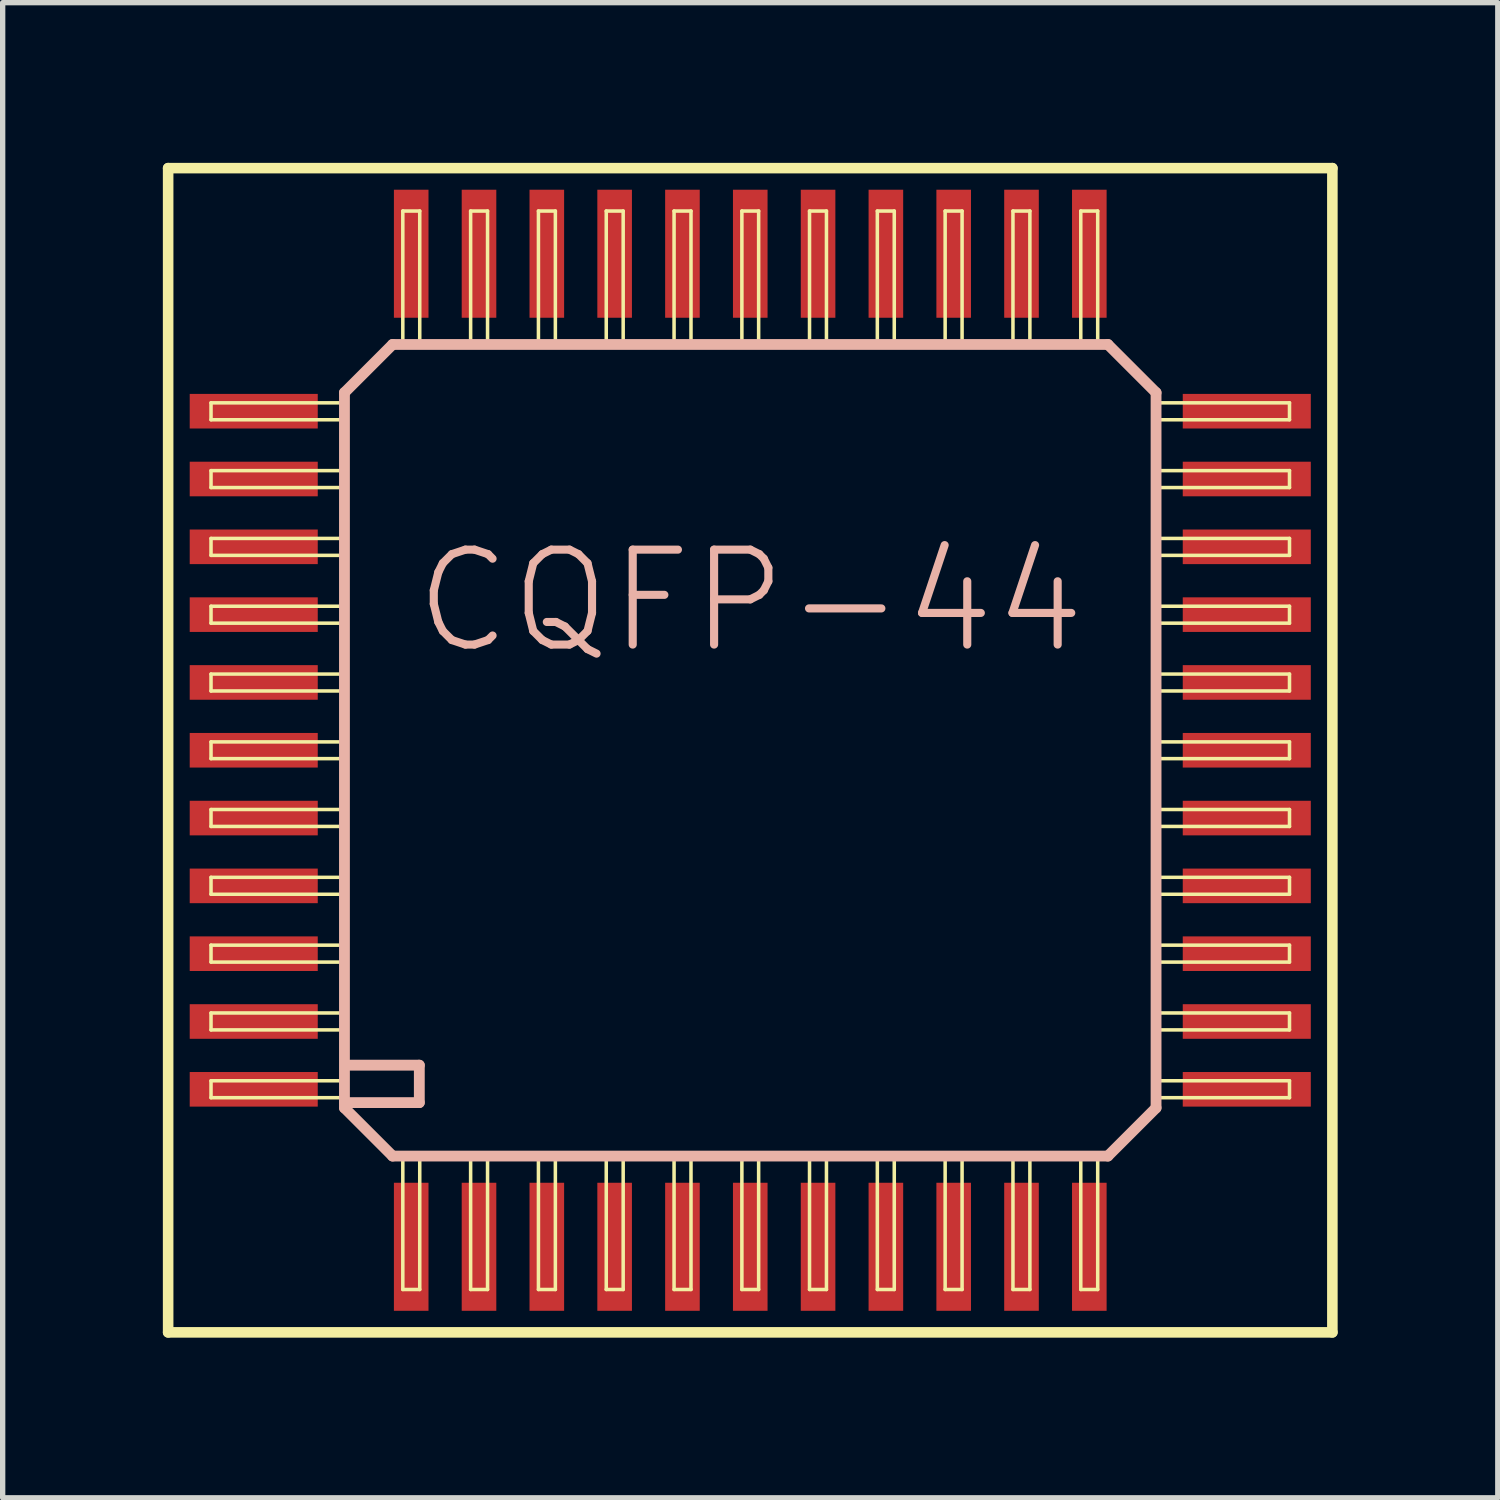
<source format=kicad_pcb>
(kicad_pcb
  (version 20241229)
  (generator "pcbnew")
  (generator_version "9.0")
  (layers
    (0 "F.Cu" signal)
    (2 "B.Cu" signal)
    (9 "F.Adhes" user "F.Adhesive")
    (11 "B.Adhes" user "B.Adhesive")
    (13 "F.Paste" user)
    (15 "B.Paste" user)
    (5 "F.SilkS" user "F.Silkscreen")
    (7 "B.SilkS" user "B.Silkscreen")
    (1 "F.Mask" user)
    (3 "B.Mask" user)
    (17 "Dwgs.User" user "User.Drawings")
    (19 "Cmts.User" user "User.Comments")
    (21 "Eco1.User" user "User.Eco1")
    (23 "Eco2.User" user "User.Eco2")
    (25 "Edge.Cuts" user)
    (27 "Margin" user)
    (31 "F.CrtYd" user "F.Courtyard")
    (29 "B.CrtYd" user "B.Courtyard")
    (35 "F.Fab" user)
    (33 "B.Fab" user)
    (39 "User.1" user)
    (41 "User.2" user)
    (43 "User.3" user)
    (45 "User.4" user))
  (footprint "CQFP-44"
    (layer "F.Cu")
    (at 11.001 11.001)
    (property "Reference" "CQFP-44" (at 0 -2.794 0) (layer "B.SilkS") (effects (font (size 1.778 1.778) (thickness 0.152))))
    (attr smd)
    (fp_line (start -10.902 -10.902) (end 10.902 -10.902) (stroke (width 0.198) (type solid)) (layer "F.SilkS"))
    (fp_line (start -10.902 10.902) (end -10.902 -10.902) (stroke (width 0.198) (type solid)) (layer "F.SilkS"))
    (fp_line (start -10.099 -6.507) (end -7.6 -6.507) (stroke (width 0.066) (type solid)) (layer "F.SilkS"))
    (fp_line (start -10.099 -6.19) (end -10.099 -6.507) (stroke (width 0.066) (type solid)) (layer "F.SilkS"))
    (fp_line (start -10.099 -6.19) (end -7.6 -6.19) (stroke (width 0.066) (type solid)) (layer "F.SilkS"))
    (fp_line (start -10.099 -5.237) (end -7.6 -5.237) (stroke (width 0.066) (type solid)) (layer "F.SilkS"))
    (fp_line (start -10.099 -4.92) (end -10.099 -5.237) (stroke (width 0.066) (type solid)) (layer "F.SilkS"))
    (fp_line (start -10.099 -4.92) (end -7.6 -4.92) (stroke (width 0.066) (type solid)) (layer "F.SilkS"))
    (fp_line (start -10.099 -3.967) (end -7.6 -3.967) (stroke (width 0.066) (type solid)) (layer "F.SilkS"))
    (fp_line (start -10.099 -3.65) (end -10.099 -3.967) (stroke (width 0.066) (type solid)) (layer "F.SilkS"))
    (fp_line (start -10.099 -3.65) (end -7.6 -3.65) (stroke (width 0.066) (type solid)) (layer "F.SilkS"))
    (fp_line (start -10.099 -2.697) (end -7.6 -2.697) (stroke (width 0.066) (type solid)) (layer "F.SilkS"))
    (fp_line (start -10.099 -2.38) (end -10.099 -2.697) (stroke (width 0.066) (type solid)) (layer "F.SilkS"))
    (fp_line (start -10.099 -2.38) (end -7.6 -2.38) (stroke (width 0.066) (type solid)) (layer "F.SilkS"))
    (fp_line (start -10.099 -1.427) (end -7.6 -1.427) (stroke (width 0.066) (type solid)) (layer "F.SilkS"))
    (fp_line (start -10.099 -1.11) (end -10.099 -1.427) (stroke (width 0.066) (type solid)) (layer "F.SilkS"))
    (fp_line (start -10.099 -1.11) (end -7.6 -1.11) (stroke (width 0.066) (type solid)) (layer "F.SilkS"))
    (fp_line (start -10.099 -0.157) (end -7.6 -0.157) (stroke (width 0.066) (type solid)) (layer "F.SilkS"))
    (fp_line (start -10.099 0.157) (end -10.099 -0.157) (stroke (width 0.066) (type solid)) (layer "F.SilkS"))
    (fp_line (start -10.099 0.157) (end -7.6 0.157) (stroke (width 0.066) (type solid)) (layer "F.SilkS"))
    (fp_line (start -10.099 1.11) (end -7.6 1.11) (stroke (width 0.066) (type solid)) (layer "F.SilkS"))
    (fp_line (start -10.099 1.427) (end -10.099 1.11) (stroke (width 0.066) (type solid)) (layer "F.SilkS"))
    (fp_line (start -10.099 1.427) (end -7.6 1.427) (stroke (width 0.066) (type solid)) (layer "F.SilkS"))
    (fp_line (start -10.099 2.38) (end -7.6 2.38) (stroke (width 0.066) (type solid)) (layer "F.SilkS"))
    (fp_line (start -10.099 2.697) (end -10.099 2.38) (stroke (width 0.066) (type solid)) (layer "F.SilkS"))
    (fp_line (start -10.099 2.697) (end -7.6 2.697) (stroke (width 0.066) (type solid)) (layer "F.SilkS"))
    (fp_line (start -10.099 3.65) (end -7.6 3.65) (stroke (width 0.066) (type solid)) (layer "F.SilkS"))
    (fp_line (start -10.099 3.967) (end -10.099 3.65) (stroke (width 0.066) (type solid)) (layer "F.SilkS"))
    (fp_line (start -10.099 3.967) (end -7.6 3.967) (stroke (width 0.066) (type solid)) (layer "F.SilkS"))
    (fp_line (start -10.099 4.92) (end -7.6 4.92) (stroke (width 0.066) (type solid)) (layer "F.SilkS"))
    (fp_line (start -10.099 5.237) (end -10.099 4.92) (stroke (width 0.066) (type solid)) (layer "F.SilkS"))
    (fp_line (start -10.099 5.237) (end -7.6 5.237) (stroke (width 0.066) (type solid)) (layer "F.SilkS"))
    (fp_line (start -10.099 6.19) (end -7.6 6.19) (stroke (width 0.066) (type solid)) (layer "F.SilkS"))
    (fp_line (start -10.099 6.507) (end -10.099 6.19) (stroke (width 0.066) (type solid)) (layer "F.SilkS"))
    (fp_line (start -10.099 6.507) (end -7.6 6.507) (stroke (width 0.066) (type solid)) (layer "F.SilkS"))
    (fp_line (start -7.6 -6.19) (end -7.6 -6.507) (stroke (width 0.066) (type solid)) (layer "F.SilkS"))
    (fp_line (start -7.6 -4.92) (end -7.6 -5.237) (stroke (width 0.066) (type solid)) (layer "F.SilkS"))
    (fp_line (start -7.6 -3.65) (end -7.6 -3.967) (stroke (width 0.066) (type solid)) (layer "F.SilkS"))
    (fp_line (start -7.6 -2.38) (end -7.6 -2.697) (stroke (width 0.066) (type solid)) (layer "F.SilkS"))
    (fp_line (start -7.6 -1.11) (end -7.6 -1.427) (stroke (width 0.066) (type solid)) (layer "F.SilkS"))
    (fp_line (start -7.6 0.157) (end -7.6 -0.157) (stroke (width 0.066) (type solid)) (layer "F.SilkS"))
    (fp_line (start -7.6 1.427) (end -7.6 1.11) (stroke (width 0.066) (type solid)) (layer "F.SilkS"))
    (fp_line (start -7.6 2.697) (end -7.6 2.38) (stroke (width 0.066) (type solid)) (layer "F.SilkS"))
    (fp_line (start -7.6 3.967) (end -7.6 3.65) (stroke (width 0.066) (type solid)) (layer "F.SilkS"))
    (fp_line (start -7.6 5.237) (end -7.6 4.92) (stroke (width 0.066) (type solid)) (layer "F.SilkS"))
    (fp_line (start -7.6 6.507) (end -7.6 6.19) (stroke (width 0.066) (type solid)) (layer "F.SilkS"))
    (fp_line (start -6.507 -10.099) (end -6.19 -10.099) (stroke (width 0.066) (type solid)) (layer "F.SilkS"))
    (fp_line (start -6.507 -7.6) (end -6.507 -10.099) (stroke (width 0.066) (type solid)) (layer "F.SilkS"))
    (fp_line (start -6.507 -7.6) (end -6.19 -7.6) (stroke (width 0.066) (type solid)) (layer "F.SilkS"))
    (fp_line (start -6.507 7.6) (end -6.19 7.6) (stroke (width 0.066) (type solid)) (layer "F.SilkS"))
    (fp_line (start -6.507 10.099) (end -6.507 7.6) (stroke (width 0.066) (type solid)) (layer "F.SilkS"))
    (fp_line (start -6.507 10.099) (end -6.19 10.099) (stroke (width 0.066) (type solid)) (layer "F.SilkS"))
    (fp_line (start -6.19 -7.6) (end -6.19 -10.099) (stroke (width 0.066) (type solid)) (layer "F.SilkS"))
    (fp_line (start -6.19 10.099) (end -6.19 7.6) (stroke (width 0.066) (type solid)) (layer "F.SilkS"))
    (fp_line (start -5.237 -10.099) (end -4.92 -10.099) (stroke (width 0.066) (type solid)) (layer "F.SilkS"))
    (fp_line (start -5.237 -7.6) (end -5.237 -10.099) (stroke (width 0.066) (type solid)) (layer "F.SilkS"))
    (fp_line (start -5.237 -7.6) (end -4.92 -7.6) (stroke (width 0.066) (type solid)) (layer "F.SilkS"))
    (fp_line (start -5.237 7.6) (end -4.92 7.6) (stroke (width 0.066) (type solid)) (layer "F.SilkS"))
    (fp_line (start -5.237 10.099) (end -5.237 7.6) (stroke (width 0.066) (type solid)) (layer "F.SilkS"))
    (fp_line (start -5.237 10.099) (end -4.92 10.099) (stroke (width 0.066) (type solid)) (layer "F.SilkS"))
    (fp_line (start -4.92 -7.6) (end -4.92 -10.099) (stroke (width 0.066) (type solid)) (layer "F.SilkS"))
    (fp_line (start -4.92 10.099) (end -4.92 7.6) (stroke (width 0.066) (type solid)) (layer "F.SilkS"))
    (fp_line (start -3.967 -10.099) (end -3.65 -10.099) (stroke (width 0.066) (type solid)) (layer "F.SilkS"))
    (fp_line (start -3.967 -7.6) (end -3.967 -10.099) (stroke (width 0.066) (type solid)) (layer "F.SilkS"))
    (fp_line (start -3.967 -7.6) (end -3.65 -7.6) (stroke (width 0.066) (type solid)) (layer "F.SilkS"))
    (fp_line (start -3.967 7.6) (end -3.65 7.6) (stroke (width 0.066) (type solid)) (layer "F.SilkS"))
    (fp_line (start -3.967 10.099) (end -3.967 7.6) (stroke (width 0.066) (type solid)) (layer "F.SilkS"))
    (fp_line (start -3.967 10.099) (end -3.65 10.099) (stroke (width 0.066) (type solid)) (layer "F.SilkS"))
    (fp_line (start -3.65 -7.6) (end -3.65 -10.099) (stroke (width 0.066) (type solid)) (layer "F.SilkS"))
    (fp_line (start -3.65 10.099) (end -3.65 7.6) (stroke (width 0.066) (type solid)) (layer "F.SilkS"))
    (fp_line (start -2.697 -10.099) (end -2.38 -10.099) (stroke (width 0.066) (type solid)) (layer "F.SilkS"))
    (fp_line (start -2.697 -7.6) (end -2.697 -10.099) (stroke (width 0.066) (type solid)) (layer "F.SilkS"))
    (fp_line (start -2.697 -7.6) (end -2.38 -7.6) (stroke (width 0.066) (type solid)) (layer "F.SilkS"))
    (fp_line (start -2.697 7.6) (end -2.38 7.6) (stroke (width 0.066) (type solid)) (layer "F.SilkS"))
    (fp_line (start -2.697 10.099) (end -2.697 7.6) (stroke (width 0.066) (type solid)) (layer "F.SilkS"))
    (fp_line (start -2.697 10.099) (end -2.38 10.099) (stroke (width 0.066) (type solid)) (layer "F.SilkS"))
    (fp_line (start -2.38 -7.6) (end -2.38 -10.099) (stroke (width 0.066) (type solid)) (layer "F.SilkS"))
    (fp_line (start -2.38 10.099) (end -2.38 7.6) (stroke (width 0.066) (type solid)) (layer "F.SilkS"))
    (fp_line (start -1.427 -10.099) (end -1.11 -10.099) (stroke (width 0.066) (type solid)) (layer "F.SilkS"))
    (fp_line (start -1.427 -7.6) (end -1.427 -10.099) (stroke (width 0.066) (type solid)) (layer "F.SilkS"))
    (fp_line (start -1.427 -7.6) (end -1.11 -7.6) (stroke (width 0.066) (type solid)) (layer "F.SilkS"))
    (fp_line (start -1.427 7.6) (end -1.11 7.6) (stroke (width 0.066) (type solid)) (layer "F.SilkS"))
    (fp_line (start -1.427 10.099) (end -1.427 7.6) (stroke (width 0.066) (type solid)) (layer "F.SilkS"))
    (fp_line (start -1.427 10.099) (end -1.11 10.099) (stroke (width 0.066) (type solid)) (layer "F.SilkS"))
    (fp_line (start -1.11 -7.6) (end -1.11 -10.099) (stroke (width 0.066) (type solid)) (layer "F.SilkS"))
    (fp_line (start -1.11 10.099) (end -1.11 7.6) (stroke (width 0.066) (type solid)) (layer "F.SilkS"))
    (fp_line (start -0.157 -10.099) (end 0.157 -10.099) (stroke (width 0.066) (type solid)) (layer "F.SilkS"))
    (fp_line (start -0.157 -7.6) (end -0.157 -10.099) (stroke (width 0.066) (type solid)) (layer "F.SilkS"))
    (fp_line (start -0.157 -7.6) (end 0.157 -7.6) (stroke (width 0.066) (type solid)) (layer "F.SilkS"))
    (fp_line (start -0.157 7.6) (end 0.157 7.6) (stroke (width 0.066) (type solid)) (layer "F.SilkS"))
    (fp_line (start -0.157 10.099) (end -0.157 7.6) (stroke (width 0.066) (type solid)) (layer "F.SilkS"))
    (fp_line (start -0.157 10.099) (end 0.157 10.099) (stroke (width 0.066) (type solid)) (layer "F.SilkS"))
    (fp_line (start 0.157 -7.6) (end 0.157 -10.099) (stroke (width 0.066) (type solid)) (layer "F.SilkS"))
    (fp_line (start 0.157 10.099) (end 0.157 7.6) (stroke (width 0.066) (type solid)) (layer "F.SilkS"))
    (fp_line (start 1.11 -10.099) (end 1.427 -10.099) (stroke (width 0.066) (type solid)) (layer "F.SilkS"))
    (fp_line (start 1.11 -7.6) (end 1.11 -10.099) (stroke (width 0.066) (type solid)) (layer "F.SilkS"))
    (fp_line (start 1.11 -7.6) (end 1.427 -7.6) (stroke (width 0.066) (type solid)) (layer "F.SilkS"))
    (fp_line (start 1.11 7.6) (end 1.427 7.6) (stroke (width 0.066) (type solid)) (layer "F.SilkS"))
    (fp_line (start 1.11 10.099) (end 1.11 7.6) (stroke (width 0.066) (type solid)) (layer "F.SilkS"))
    (fp_line (start 1.11 10.099) (end 1.427 10.099) (stroke (width 0.066) (type solid)) (layer "F.SilkS"))
    (fp_line (start 1.427 -7.6) (end 1.427 -10.099) (stroke (width 0.066) (type solid)) (layer "F.SilkS"))
    (fp_line (start 1.427 10.099) (end 1.427 7.6) (stroke (width 0.066) (type solid)) (layer "F.SilkS"))
    (fp_line (start 2.38 -10.099) (end 2.697 -10.099) (stroke (width 0.066) (type solid)) (layer "F.SilkS"))
    (fp_line (start 2.38 -7.6) (end 2.38 -10.099) (stroke (width 0.066) (type solid)) (layer "F.SilkS"))
    (fp_line (start 2.38 -7.6) (end 2.697 -7.6) (stroke (width 0.066) (type solid)) (layer "F.SilkS"))
    (fp_line (start 2.38 7.6) (end 2.697 7.6) (stroke (width 0.066) (type solid)) (layer "F.SilkS"))
    (fp_line (start 2.38 10.099) (end 2.38 7.6) (stroke (width 0.066) (type solid)) (layer "F.SilkS"))
    (fp_line (start 2.38 10.099) (end 2.697 10.099) (stroke (width 0.066) (type solid)) (layer "F.SilkS"))
    (fp_line (start 2.697 -7.6) (end 2.697 -10.099) (stroke (width 0.066) (type solid)) (layer "F.SilkS"))
    (fp_line (start 2.697 10.099) (end 2.697 7.6) (stroke (width 0.066) (type solid)) (layer "F.SilkS"))
    (fp_line (start 3.65 -10.099) (end 3.967 -10.099) (stroke (width 0.066) (type solid)) (layer "F.SilkS"))
    (fp_line (start 3.65 -7.6) (end 3.65 -10.099) (stroke (width 0.066) (type solid)) (layer "F.SilkS"))
    (fp_line (start 3.65 -7.6) (end 3.967 -7.6) (stroke (width 0.066) (type solid)) (layer "F.SilkS"))
    (fp_line (start 3.65 7.6) (end 3.967 7.6) (stroke (width 0.066) (type solid)) (layer "F.SilkS"))
    (fp_line (start 3.65 10.099) (end 3.65 7.6) (stroke (width 0.066) (type solid)) (layer "F.SilkS"))
    (fp_line (start 3.65 10.099) (end 3.967 10.099) (stroke (width 0.066) (type solid)) (layer "F.SilkS"))
    (fp_line (start 3.967 -7.6) (end 3.967 -10.099) (stroke (width 0.066) (type solid)) (layer "F.SilkS"))
    (fp_line (start 3.967 10.099) (end 3.967 7.6) (stroke (width 0.066) (type solid)) (layer "F.SilkS"))
    (fp_line (start 4.92 -10.099) (end 5.237 -10.099) (stroke (width 0.066) (type solid)) (layer "F.SilkS"))
    (fp_line (start 4.92 -7.6) (end 4.92 -10.099) (stroke (width 0.066) (type solid)) (layer "F.SilkS"))
    (fp_line (start 4.92 -7.6) (end 5.237 -7.6) (stroke (width 0.066) (type solid)) (layer "F.SilkS"))
    (fp_line (start 4.92 7.6) (end 5.237 7.6) (stroke (width 0.066) (type solid)) (layer "F.SilkS"))
    (fp_line (start 4.92 10.099) (end 4.92 7.6) (stroke (width 0.066) (type solid)) (layer "F.SilkS"))
    (fp_line (start 4.92 10.099) (end 5.237 10.099) (stroke (width 0.066) (type solid)) (layer "F.SilkS"))
    (fp_line (start 5.237 -7.6) (end 5.237 -10.099) (stroke (width 0.066) (type solid)) (layer "F.SilkS"))
    (fp_line (start 5.237 10.099) (end 5.237 7.6) (stroke (width 0.066) (type solid)) (layer "F.SilkS"))
    (fp_line (start 6.19 -10.099) (end 6.507 -10.099) (stroke (width 0.066) (type solid)) (layer "F.SilkS"))
    (fp_line (start 6.19 -7.6) (end 6.19 -10.099) (stroke (width 0.066) (type solid)) (layer "F.SilkS"))
    (fp_line (start 6.19 -7.6) (end 6.507 -7.6) (stroke (width 0.066) (type solid)) (layer "F.SilkS"))
    (fp_line (start 6.19 7.6) (end 6.507 7.6) (stroke (width 0.066) (type solid)) (layer "F.SilkS"))
    (fp_line (start 6.19 10.099) (end 6.19 7.6) (stroke (width 0.066) (type solid)) (layer "F.SilkS"))
    (fp_line (start 6.19 10.099) (end 6.507 10.099) (stroke (width 0.066) (type solid)) (layer "F.SilkS"))
    (fp_line (start 6.507 -7.6) (end 6.507 -10.099) (stroke (width 0.066) (type solid)) (layer "F.SilkS"))
    (fp_line (start 6.507 10.099) (end 6.507 7.6) (stroke (width 0.066) (type solid)) (layer "F.SilkS"))
    (fp_line (start 7.6 -6.507) (end 10.099 -6.507) (stroke (width 0.066) (type solid)) (layer "F.SilkS"))
    (fp_line (start 7.6 -6.19) (end 7.6 -6.507) (stroke (width 0.066) (type solid)) (layer "F.SilkS"))
    (fp_line (start 7.6 -6.19) (end 10.099 -6.19) (stroke (width 0.066) (type solid)) (layer "F.SilkS"))
    (fp_line (start 7.6 -5.237) (end 10.099 -5.237) (stroke (width 0.066) (type solid)) (layer "F.SilkS"))
    (fp_line (start 7.6 -4.92) (end 7.6 -5.237) (stroke (width 0.066) (type solid)) (layer "F.SilkS"))
    (fp_line (start 7.6 -4.92) (end 10.099 -4.92) (stroke (width 0.066) (type solid)) (layer "F.SilkS"))
    (fp_line (start 7.6 -3.967) (end 10.099 -3.967) (stroke (width 0.066) (type solid)) (layer "F.SilkS"))
    (fp_line (start 7.6 -3.65) (end 7.6 -3.967) (stroke (width 0.066) (type solid)) (layer "F.SilkS"))
    (fp_line (start 7.6 -3.65) (end 10.099 -3.65) (stroke (width 0.066) (type solid)) (layer "F.SilkS"))
    (fp_line (start 7.6 -2.697) (end 10.099 -2.697) (stroke (width 0.066) (type solid)) (layer "F.SilkS"))
    (fp_line (start 7.6 -2.38) (end 7.6 -2.697) (stroke (width 0.066) (type solid)) (layer "F.SilkS"))
    (fp_line (start 7.6 -2.38) (end 10.099 -2.38) (stroke (width 0.066) (type solid)) (layer "F.SilkS"))
    (fp_line (start 7.6 -1.427) (end 10.099 -1.427) (stroke (width 0.066) (type solid)) (layer "F.SilkS"))
    (fp_line (start 7.6 -1.11) (end 7.6 -1.427) (stroke (width 0.066) (type solid)) (layer "F.SilkS"))
    (fp_line (start 7.6 -1.11) (end 10.099 -1.11) (stroke (width 0.066) (type solid)) (layer "F.SilkS"))
    (fp_line (start 7.6 -0.157) (end 10.099 -0.157) (stroke (width 0.066) (type solid)) (layer "F.SilkS"))
    (fp_line (start 7.6 0.157) (end 7.6 -0.157) (stroke (width 0.066) (type solid)) (layer "F.SilkS"))
    (fp_line (start 7.6 0.157) (end 10.099 0.157) (stroke (width 0.066) (type solid)) (layer "F.SilkS"))
    (fp_line (start 7.6 1.11) (end 10.099 1.11) (stroke (width 0.066) (type solid)) (layer "F.SilkS"))
    (fp_line (start 7.6 1.427) (end 7.6 1.11) (stroke (width 0.066) (type solid)) (layer "F.SilkS"))
    (fp_line (start 7.6 1.427) (end 10.099 1.427) (stroke (width 0.066) (type solid)) (layer "F.SilkS"))
    (fp_line (start 7.6 2.38) (end 10.099 2.38) (stroke (width 0.066) (type solid)) (layer "F.SilkS"))
    (fp_line (start 7.6 2.697) (end 7.6 2.38) (stroke (width 0.066) (type solid)) (layer "F.SilkS"))
    (fp_line (start 7.6 2.697) (end 10.099 2.697) (stroke (width 0.066) (type solid)) (layer "F.SilkS"))
    (fp_line (start 7.6 3.65) (end 10.099 3.65) (stroke (width 0.066) (type solid)) (layer "F.SilkS"))
    (fp_line (start 7.6 3.967) (end 7.6 3.65) (stroke (width 0.066) (type solid)) (layer "F.SilkS"))
    (fp_line (start 7.6 3.967) (end 10.099 3.967) (stroke (width 0.066) (type solid)) (layer "F.SilkS"))
    (fp_line (start 7.6 4.92) (end 10.099 4.92) (stroke (width 0.066) (type solid)) (layer "F.SilkS"))
    (fp_line (start 7.6 5.237) (end 7.6 4.92) (stroke (width 0.066) (type solid)) (layer "F.SilkS"))
    (fp_line (start 7.6 5.237) (end 10.099 5.237) (stroke (width 0.066) (type solid)) (layer "F.SilkS"))
    (fp_line (start 7.6 6.19) (end 10.099 6.19) (stroke (width 0.066) (type solid)) (layer "F.SilkS"))
    (fp_line (start 7.6 6.507) (end 7.6 6.19) (stroke (width 0.066) (type solid)) (layer "F.SilkS"))
    (fp_line (start 7.6 6.507) (end 10.099 6.507) (stroke (width 0.066) (type solid)) (layer "F.SilkS"))
    (fp_line (start 10.099 -6.19) (end 10.099 -6.507) (stroke (width 0.066) (type solid)) (layer "F.SilkS"))
    (fp_line (start 10.099 -4.92) (end 10.099 -5.237) (stroke (width 0.066) (type solid)) (layer "F.SilkS"))
    (fp_line (start 10.099 -3.65) (end 10.099 -3.967) (stroke (width 0.066) (type solid)) (layer "F.SilkS"))
    (fp_line (start 10.099 -2.38) (end 10.099 -2.697) (stroke (width 0.066) (type solid)) (layer "F.SilkS"))
    (fp_line (start 10.099 -1.11) (end 10.099 -1.427) (stroke (width 0.066) (type solid)) (layer "F.SilkS"))
    (fp_line (start 10.099 0.157) (end 10.099 -0.157) (stroke (width 0.066) (type solid)) (layer "F.SilkS"))
    (fp_line (start 10.099 1.427) (end 10.099 1.11) (stroke (width 0.066) (type solid)) (layer "F.SilkS"))
    (fp_line (start 10.099 2.697) (end 10.099 2.38) (stroke (width 0.066) (type solid)) (layer "F.SilkS"))
    (fp_line (start 10.099 3.967) (end 10.099 3.65) (stroke (width 0.066) (type solid)) (layer "F.SilkS"))
    (fp_line (start 10.099 5.237) (end 10.099 4.92) (stroke (width 0.066) (type solid)) (layer "F.SilkS"))
    (fp_line (start 10.099 6.507) (end 10.099 6.19) (stroke (width 0.066) (type solid)) (layer "F.SilkS"))
    (fp_line (start 10.902 -10.902) (end 10.902 10.902) (stroke (width 0.198) (type solid)) (layer "F.SilkS"))
    (fp_line (start 10.902 10.902) (end -10.902 10.902) (stroke (width 0.198) (type solid)) (layer "F.SilkS"))
    (fp_line (start -7.6 -6.698) (end -7.6 6.599) (stroke (width 0.203) (type solid)) (layer "B.SilkS"))
    (fp_line (start -7.6 -6.698) (end -6.698 -7.6) (stroke (width 0.203) (type solid)) (layer "B.SilkS"))
    (fp_line (start -7.6 6.599) (end -7.6 6.698) (stroke (width 0.203) (type solid)) (layer "B.SilkS"))
    (fp_line (start -7.6 6.599) (end -6.198 6.599) (stroke (width 0.203) (type solid)) (layer "B.SilkS"))
    (fp_line (start -7.6 6.698) (end -6.698 7.6) (stroke (width 0.203) (type solid)) (layer "B.SilkS"))
    (fp_line (start -6.698 7.6) (end 6.698 7.6) (stroke (width 0.203) (type solid)) (layer "B.SilkS"))
    (fp_line (start -6.198 5.898) (end -7.498 5.898) (stroke (width 0.203) (type solid)) (layer "B.SilkS"))
    (fp_line (start -6.198 6.599) (end -6.198 5.898) (stroke (width 0.203) (type solid)) (layer "B.SilkS"))
    (fp_line (start 6.698 -7.6) (end -6.698 -7.6) (stroke (width 0.203) (type solid)) (layer "B.SilkS"))
    (fp_line (start 6.698 -7.6) (end 7.6 -6.698) (stroke (width 0.203) (type solid)) (layer "B.SilkS"))
    (fp_line (start 6.698 7.6) (end 7.6 6.698) (stroke (width 0.203) (type solid)) (layer "B.SilkS"))
    (fp_line (start 7.6 6.698) (end 7.6 -6.698) (stroke (width 0.203) (type solid)) (layer "B.SilkS"))
    (pad "1" smd rect (at -6.35 9.299) (size 0.648 2.398) (layers "F.Cu" "F.Mask" "F.Paste"))
    (pad "2" smd rect (at -5.08 9.299) (size 0.648 2.398) (layers "F.Cu" "F.Mask" "F.Paste"))
    (pad "3" smd rect (at -3.81 9.299) (size 0.648 2.398) (layers "F.Cu" "F.Mask" "F.Paste"))
    (pad "4" smd rect (at -2.54 9.299) (size 0.648 2.398) (layers "F.Cu" "F.Mask" "F.Paste"))
    (pad "5" smd rect (at -1.27 9.299) (size 0.648 2.398) (layers "F.Cu" "F.Mask" "F.Paste"))
    (pad "6" smd rect (at 0 9.299) (size 0.648 2.398) (layers "F.Cu" "F.Mask" "F.Paste"))
    (pad "7" smd rect (at 1.27 9.299) (size 0.648 2.398) (layers "F.Cu" "F.Mask" "F.Paste"))
    (pad "8" smd rect (at 2.54 9.299) (size 0.648 2.398) (layers "F.Cu" "F.Mask" "F.Paste"))
    (pad "9" smd rect (at 3.81 9.299) (size 0.648 2.398) (layers "F.Cu" "F.Mask" "F.Paste"))
    (pad "10" smd rect (at 5.08 9.299) (size 0.648 2.398) (layers "F.Cu" "F.Mask" "F.Paste"))
    (pad "11" smd rect (at 6.35 9.299) (size 0.648 2.398) (layers "F.Cu" "F.Mask" "F.Paste"))
    (pad "12" smd rect (at 9.299 6.35) (size 2.398 0.648) (layers "F.Cu" "F.Mask" "F.Paste"))
    (pad "13" smd rect (at 9.299 5.08) (size 2.398 0.648) (layers "F.Cu" "F.Mask" "F.Paste"))
    (pad "14" smd rect (at 9.299 3.81) (size 2.398 0.648) (layers "F.Cu" "F.Mask" "F.Paste"))
    (pad "15" smd rect (at 9.299 2.54) (size 2.398 0.648) (layers "F.Cu" "F.Mask" "F.Paste"))
    (pad "16" smd rect (at 9.299 1.27) (size 2.398 0.648) (layers "F.Cu" "F.Mask" "F.Paste"))
    (pad "17" smd rect (at 9.299 0) (size 2.398 0.648) (layers "F.Cu" "F.Mask" "F.Paste"))
    (pad "18" smd rect (at 9.299 -1.27) (size 2.398 0.648) (layers "F.Cu" "F.Mask" "F.Paste"))
    (pad "19" smd rect (at 9.299 -2.54) (size 2.398 0.648) (layers "F.Cu" "F.Mask" "F.Paste"))
    (pad "20" smd rect (at 9.299 -3.81) (size 2.398 0.648) (layers "F.Cu" "F.Mask" "F.Paste"))
    (pad "21" smd rect (at 9.299 -5.08) (size 2.398 0.648) (layers "F.Cu" "F.Mask" "F.Paste"))
    (pad "22" smd rect (at 9.299 -6.35) (size 2.398 0.648) (layers "F.Cu" "F.Mask" "F.Paste"))
    (pad "23" smd rect (at 6.35 -9.299) (size 0.648 2.398) (layers "F.Cu" "F.Mask" "F.Paste"))
    (pad "24" smd rect (at 5.08 -9.299) (size 0.648 2.398) (layers "F.Cu" "F.Mask" "F.Paste"))
    (pad "25" smd rect (at 3.81 -9.299) (size 0.648 2.398) (layers "F.Cu" "F.Mask" "F.Paste"))
    (pad "26" smd rect (at 2.54 -9.299) (size 0.648 2.398) (layers "F.Cu" "F.Mask" "F.Paste"))
    (pad "27" smd rect (at 1.27 -9.299) (size 0.648 2.398) (layers "F.Cu" "F.Mask" "F.Paste"))
    (pad "28" smd rect (at 0 -9.299) (size 0.648 2.398) (layers "F.Cu" "F.Mask" "F.Paste"))
    (pad "29" smd rect (at -1.27 -9.299) (size 0.648 2.398) (layers "F.Cu" "F.Mask" "F.Paste"))
    (pad "30" smd rect (at -2.54 -9.299) (size 0.648 2.398) (layers "F.Cu" "F.Mask" "F.Paste"))
    (pad "31" smd rect (at -3.81 -9.299) (size 0.648 2.398) (layers "F.Cu" "F.Mask" "F.Paste"))
    (pad "32" smd rect (at -5.08 -9.299) (size 0.648 2.398) (layers "F.Cu" "F.Mask" "F.Paste"))
    (pad "33" smd rect (at -6.35 -9.299) (size 0.648 2.398) (layers "F.Cu" "F.Mask" "F.Paste"))
    (pad "34" smd rect (at -9.299 -6.35) (size 2.398 0.648) (layers "F.Cu" "F.Mask" "F.Paste"))
    (pad "35" smd rect (at -9.299 -5.08) (size 2.398 0.648) (layers "F.Cu" "F.Mask" "F.Paste"))
    (pad "36" smd rect (at -9.299 -3.81) (size 2.398 0.648) (layers "F.Cu" "F.Mask" "F.Paste"))
    (pad "37" smd rect (at -9.299 -2.54) (size 2.398 0.648) (layers "F.Cu" "F.Mask" "F.Paste"))
    (pad "38" smd rect (at -9.299 -1.27) (size 2.398 0.648) (layers "F.Cu" "F.Mask" "F.Paste"))
    (pad "39" smd rect (at -9.299 0) (size 2.398 0.648) (layers "F.Cu" "F.Mask" "F.Paste"))
    (pad "40" smd rect (at -9.299 1.27) (size 2.398 0.648) (layers "F.Cu" "F.Mask" "F.Paste"))
    (pad "41" smd rect (at -9.299 2.54) (size 2.398 0.648) (layers "F.Cu" "F.Mask" "F.Paste"))
    (pad "42" smd rect (at -9.299 3.81) (size 2.398 0.648) (layers "F.Cu" "F.Mask" "F.Paste"))
    (pad "43" smd rect (at -9.299 5.08) (size 2.398 0.648) (layers "F.Cu" "F.Mask" "F.Paste"))
    (pad "44" smd rect (at -9.299 6.35) (size 2.398 0.648) (layers "F.Cu" "F.Mask" "F.Paste")))
  (gr_rect
    (start -3 -3)
    (end 25.001 25.001)
    (stroke (width 0.1) (type default))
    (fill no)
    (layer "Edge.Cuts")))
</source>
